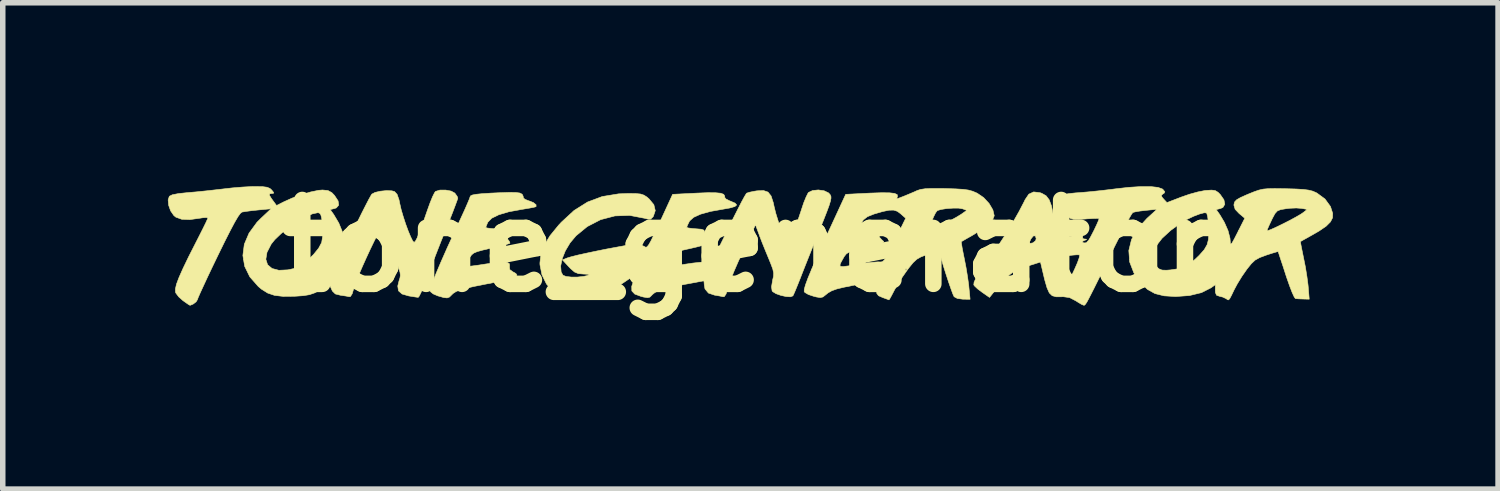
<source format=kicad_pcb>
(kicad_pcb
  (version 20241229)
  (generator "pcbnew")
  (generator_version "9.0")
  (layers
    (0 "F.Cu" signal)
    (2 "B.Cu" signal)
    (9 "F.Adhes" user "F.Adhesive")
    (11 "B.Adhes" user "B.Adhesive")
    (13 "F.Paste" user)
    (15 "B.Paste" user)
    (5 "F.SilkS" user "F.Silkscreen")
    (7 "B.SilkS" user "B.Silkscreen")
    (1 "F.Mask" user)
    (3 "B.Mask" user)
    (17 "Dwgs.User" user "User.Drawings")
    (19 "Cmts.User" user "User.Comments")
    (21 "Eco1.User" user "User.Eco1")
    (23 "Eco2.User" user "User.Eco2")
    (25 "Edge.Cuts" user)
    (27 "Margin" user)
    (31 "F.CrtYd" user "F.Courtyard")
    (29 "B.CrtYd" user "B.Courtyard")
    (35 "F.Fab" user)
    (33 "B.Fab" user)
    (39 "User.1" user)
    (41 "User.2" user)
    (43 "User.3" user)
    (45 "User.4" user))
  (footprint "tone_generator"
    (layer "F.Cu")
    (at 10.57 1.418)
    (property "Reference" "tone_generator" (at 0 0 0) (layer "F.SilkS") (effects (font (size 1.524 1.524) (thickness 0.3))))
    (attr through_hole)
    (fp_poly (pts (xy -4.253 -0.971) (xy -4.175 -0.961) (xy -4.133 -0.939) (xy -4.115 -0.904) (xy -4.112 -0.875) (xy -4.084 -0.848) (xy -4.018 -0.821) (xy -4.01 -0.819) (xy -3.928 -0.787) (xy -3.88 -0.748) (xy -3.88 -0.713) (xy -3.88 -0.713) (xy -3.916 -0.703) (xy -3.998 -0.687) (xy -4.111 -0.668) (xy -4.145 -0.663) (xy -4.376 -0.62) (xy -4.558 -0.566) (xy -4.686 -0.503) (xy -4.755 -0.432) (xy -4.758 -0.427) (xy -4.784 -0.364) (xy -4.794 -0.334) (xy -4.766 -0.325) (xy -4.692 -0.316) (xy -4.628 -0.311) (xy -4.525 -0.3) (xy -4.476 -0.28) (xy -4.47 -0.258) (xy -4.457 -0.206) (xy -4.411 -0.141) (xy -4.409 -0.139) (xy -4.366 -0.083) (xy -4.354 -0.049) (xy -4.355 -0.048) (xy -4.391 -0.035) (xy -4.475 -0.012) (xy -4.594 0.017) (xy -4.702 0.042) (xy -4.849 0.076) (xy -4.947 0.103) (xy -5.01 0.129) (xy -5.051 0.162) (xy -5.084 0.208) (xy -5.102 0.24) (xy -5.142 0.316) (xy -5.161 0.366) (xy -5.161 0.375) (xy -5.127 0.374) (xy -5.043 0.365) (xy -4.923 0.349) (xy -4.802 0.33) (xy -4.617 0.304) (xy -4.486 0.293) (xy -4.405 0.3) (xy -4.365 0.323) (xy -4.361 0.365) (xy -4.364 0.376) (xy -4.358 0.43) (xy -4.303 0.47) (xy -4.247 0.501) (xy -4.227 0.53) (xy -4.249 0.558) (xy -4.316 0.587) (xy -4.434 0.62) (xy -4.605 0.657) (xy -4.81 0.697) (xy -5.011 0.737) (xy -5.159 0.77) (xy -5.264 0.8) (xy -5.337 0.831) (xy -5.389 0.865) (xy -5.414 0.89) (xy -5.455 0.93) (xy -5.497 0.945) (xy -5.559 0.938) (xy -5.661 0.909) (xy -5.667 0.907) (xy -5.749 0.872) (xy -5.798 0.833) (xy -5.803 0.821) (xy -5.795 0.766) (xy -5.758 0.657) (xy -5.696 0.499) (xy -5.609 0.294) (xy -5.499 0.045) (xy -5.367 -0.243) (xy -5.321 -0.341) (xy -5.244 -0.509) (xy -5.176 -0.657) (xy -5.124 -0.776) (xy -5.09 -0.857) (xy -5.08 -0.888) (xy -5.07 -0.909) (xy -5.036 -0.925) (xy -4.969 -0.938) (xy -4.86 -0.949) (xy -4.703 -0.959) (xy -4.55 -0.966) (xy -4.375 -0.972) (xy -4.253 -0.971)) (stroke (width 0.01) (type solid)) (fill yes) (layer "F.SilkS"))
    (fp_poly (pts (xy 3.482 -1.044) (xy 3.566 -1.042) (xy 3.746 -1.036) (xy 3.877 -1.028) (xy 3.973 -1.015) (xy 4.05 -0.994) (xy 4.121 -0.964) (xy 4.136 -0.957) (xy 4.252 -0.878) (xy 4.351 -0.771) (xy 4.42 -0.654) (xy 4.445 -0.548) (xy 4.416 -0.477) (xy 4.334 -0.388) (xy 4.206 -0.29) (xy 4.045 -0.19) (xy 3.949 -0.136) (xy 3.878 -0.095) (xy 3.847 -0.077) (xy 3.847 -0.077) (xy 3.849 -0.045) (xy 3.862 0.036) (xy 3.884 0.15) (xy 3.9 0.227) (xy 3.932 0.391) (xy 3.96 0.563) (xy 3.981 0.713) (xy 3.984 0.747) (xy 4.006 0.97) (xy 3.874 0.968) (xy 3.775 0.955) (xy 3.717 0.924) (xy 3.714 0.92) (xy 3.691 0.869) (xy 3.656 0.773) (xy 3.613 0.65) (xy 3.568 0.512) (xy 3.525 0.377) (xy 3.49 0.259) (xy 3.467 0.174) (xy 3.461 0.14) (xy 3.457 0.111) (xy 3.436 0.099) (xy 3.388 0.106) (xy 3.3 0.133) (xy 3.216 0.161) (xy 3.114 0.199) (xy 3.038 0.242) (xy 2.971 0.304) (xy 2.893 0.4) (xy 2.865 0.438) (xy 2.776 0.565) (xy 2.691 0.697) (xy 2.627 0.81) (xy 2.623 0.818) (xy 2.577 0.906) (xy 2.544 0.965) (xy 2.532 0.98) (xy 2.5 0.968) (xy 2.431 0.943) (xy 2.413 0.936) (xy 2.342 0.905) (xy 2.311 0.864) (xy 2.304 0.79) (xy 2.305 0.763) (xy 2.303 0.68) (xy 2.288 0.646) (xy 2.251 0.644) (xy 2.241 0.647) (xy 2.181 0.66) (xy 2.077 0.68) (xy 1.947 0.705) (xy 1.891 0.715) (xy 1.713 0.751) (xy 1.585 0.782) (xy 1.493 0.815) (xy 1.426 0.853) (xy 1.378 0.892) (xy 1.332 0.928) (xy 1.283 0.939) (xy 1.209 0.927) (xy 1.16 0.914) (xy 1.068 0.883) (xy 1.006 0.847) (xy 0.992 0.831) (xy 0.993 0.789) (xy 1.015 0.709) (xy 1.06 0.586) (xy 1.125 0.429) (xy 2.826 0.429) (xy 2.842 0.445) (xy 2.857 0.429) (xy 2.842 0.413) (xy 2.826 0.429) (xy 1.125 0.429) (xy 1.129 0.419) (xy 1.158 0.351) (xy 1.64 0.351) (xy 1.653 0.372) (xy 1.703 0.375) (xy 1.797 0.363) (xy 1.944 0.338) (xy 1.981 0.331) (xy 2.119 0.31) (xy 2.243 0.296) (xy 2.333 0.29) (xy 2.353 0.291) (xy 2.39 0.292) (xy 2.422 0.28) (xy 2.455 0.246) (xy 2.495 0.183) (xy 2.549 0.08) (xy 2.623 -0.069) (xy 2.639 -0.101) (xy 2.738 -0.303) (xy 3.267 -0.303) (xy 3.273 -0.286) (xy 3.314 -0.299) (xy 3.396 -0.335) (xy 3.503 -0.386) (xy 3.533 -0.401) (xy 3.655 -0.465) (xy 3.767 -0.527) (xy 3.847 -0.576) (xy 3.854 -0.581) (xy 3.946 -0.646) (xy 3.87 -0.674) (xy 3.799 -0.686) (xy 3.693 -0.686) (xy 3.577 -0.678) (xy 3.476 -0.662) (xy 3.411 -0.642) (xy 3.41 -0.641) (xy 3.379 -0.601) (xy 3.343 -0.529) (xy 3.307 -0.443) (xy 3.28 -0.362) (xy 3.267 -0.303) (xy 2.738 -0.303) (xy 2.836 -0.503) (xy 2.743 -0.585) (xy 2.684 -0.629) (xy 2.618 -0.65) (xy 2.534 -0.649) (xy 2.418 -0.625) (xy 2.26 -0.579) (xy 2.14 -0.531) (xy 2.068 -0.474) (xy 2.045 -0.439) (xy 2.014 -0.374) (xy 2 -0.337) (xy 2 -0.337) (xy 2.029 -0.326) (xy 2.102 -0.316) (xy 2.164 -0.311) (xy 2.262 -0.302) (xy 2.312 -0.285) (xy 2.331 -0.251) (xy 2.334 -0.23) (xy 2.363 -0.154) (xy 2.4 -0.113) (xy 2.437 -0.08) (xy 2.427 -0.059) (xy 2.367 -0.032) (xy 2.291 -0.009) (xy 2.175 0.021) (xy 2.042 0.052) (xy 2.018 0.057) (xy 1.891 0.085) (xy 1.811 0.111) (xy 1.759 0.143) (xy 1.721 0.19) (xy 1.689 0.246) (xy 1.654 0.31) (xy 1.64 0.351) (xy 1.158 0.351) (xy 1.222 0.204) (xy 1.342 -0.062) (xy 1.467 -0.333) (xy 1.746 -0.937) (xy 2.181 -0.959) (xy 2.389 -0.966) (xy 2.538 -0.965) (xy 2.634 -0.954) (xy 2.682 -0.932) (xy 2.687 -0.898) (xy 2.681 -0.885) (xy 2.674 -0.858) (xy 2.677 -0.857) (xy 2.715 -0.869) (xy 2.793 -0.899) (xy 2.893 -0.94) (xy 2.997 -0.984) (xy 3.042 -1.005) (xy 3.105 -1.026) (xy 3.192 -1.039) (xy 3.313 -1.044) (xy 3.482 -1.044)) (stroke (width 0.01) (type solid)) (fill yes) (layer "F.SilkS"))
    (fp_poly (pts (xy -8.852 -1.077) (xy -8.768 -1.066) (xy -8.715 -1.044) (xy -8.684 -1.016) (xy -8.647 -0.97) (xy -8.653 -0.954) (xy -8.679 -0.953) (xy -8.72 -0.947) (xy -8.725 -0.921) (xy -8.69 -0.863) (xy -8.663 -0.826) (xy -8.595 -0.734) (xy -8.465 -0.8) (xy -8.312 -0.869) (xy -8.142 -0.931) (xy -7.976 -0.98) (xy -7.833 -1.01) (xy -7.76 -1.016) (xy -7.661 -1.006) (xy -7.591 -0.968) (xy -7.543 -0.918) (xy -7.477 -0.818) (xy -7.466 -0.741) (xy -7.509 -0.691) (xy -7.54 -0.68) (xy -7.62 -0.66) (xy -7.556 -0.57) (xy -7.464 -0.415) (xy -7.397 -0.251) (xy -7.365 -0.102) (xy -7.364 -0.079) (xy -7.361 -0.036) (xy -7.353 -0.018) (xy -7.335 -0.031) (xy -7.304 -0.08) (xy -7.256 -0.171) (xy -7.187 -0.309) (xy -7.129 -0.429) (xy -7.05 -0.59) (xy -6.978 -0.732) (xy -6.919 -0.846) (xy -6.878 -0.919) (xy -6.864 -0.941) (xy -6.805 -0.972) (xy -6.708 -0.994) (xy -6.598 -1.005) (xy -6.501 -1.001) (xy -6.452 -0.988) (xy -6.405 -0.937) (xy -6.37 -0.837) (xy -6.356 -0.768) (xy -6.332 -0.663) (xy -6.295 -0.537) (xy -6.251 -0.402) (xy -6.204 -0.274) (xy -6.159 -0.166) (xy -6.122 -0.091) (xy -6.097 -0.064) (xy -6.073 -0.085) (xy -6.038 -0.15) (xy -5.991 -0.265) (xy -5.929 -0.433) (xy -5.854 -0.649) (xy -5.806 -0.782) (xy -5.761 -0.893) (xy -5.724 -0.967) (xy -5.707 -0.99) (xy -5.628 -1.014) (xy -5.524 -1.015) (xy -5.423 -0.996) (xy -5.355 -0.959) (xy -5.355 -0.958) (xy -5.314 -0.901) (xy -5.302 -0.868) (xy -5.314 -0.829) (xy -5.346 -0.742) (xy -5.394 -0.615) (xy -5.455 -0.46) (xy -5.526 -0.284) (xy -5.526 -0.283) (xy -5.609 -0.078) (xy -5.692 0.134) (xy -5.771 0.336) (xy -5.837 0.509) (xy -5.872 0.603) (xy -5.923 0.736) (xy -5.969 0.844) (xy -6.004 0.914) (xy -6.021 0.935) (xy -6.067 0.929) (xy -6.15 0.916) (xy -6.193 0.909) (xy -6.315 0.874) (xy -6.38 0.816) (xy -6.393 0.729) (xy -6.37 0.636) (xy -6.353 0.583) (xy -6.346 0.536) (xy -6.352 0.481) (xy -6.374 0.408) (xy -6.413 0.304) (xy -6.474 0.156) (xy -6.496 0.104) (xy -6.558 -0.048) (xy -6.611 -0.181) (xy -6.649 -0.283) (xy -6.667 -0.342) (xy -6.669 -0.349) (xy -6.681 -0.345) (xy -6.715 -0.292) (xy -6.764 -0.2) (xy -6.825 -0.079) (xy -6.893 0.062) (xy -6.963 0.213) (xy -7.031 0.364) (xy -7.093 0.506) (xy -7.143 0.629) (xy -7.178 0.723) (xy -7.189 0.762) (xy -7.221 0.87) (xy -7.253 0.92) (xy -7.275 0.923) (xy -7.334 0.911) (xy -7.423 0.898) (xy -7.436 0.896) (xy -7.527 0.873) (xy -7.58 0.821) (xy -7.592 0.796) (xy -7.63 0.71) (xy -7.808 0.806) (xy -7.907 0.855) (xy -7.998 0.886) (xy -8.105 0.904) (xy -8.249 0.914) (xy -8.275 0.915) (xy -8.476 0.917) (xy -8.631 0.899) (xy -8.756 0.857) (xy -8.869 0.786) (xy -8.928 0.736) (xy -9.081 0.562) (xy -9.174 0.372) (xy -9.196 0.243) (xy -8.79 0.243) (xy -8.758 0.342) (xy -8.678 0.41) (xy -8.553 0.443) (xy -8.389 0.435) (xy -8.274 0.41) (xy -8.163 0.358) (xy -8.041 0.268) (xy -7.924 0.157) (xy -7.83 0.041) (xy -7.775 -0.063) (xy -7.775 -0.065) (xy -7.755 -0.189) (xy -7.757 -0.35) (xy -7.761 -0.394) (xy -7.776 -0.507) (xy -7.793 -0.571) (xy -7.818 -0.598) (xy -7.847 -0.603) (xy -7.945 -0.582) (xy -8.074 -0.524) (xy -8.22 -0.44) (xy -8.37 -0.337) (xy -8.51 -0.226) (xy -8.626 -0.115) (xy -8.692 -0.033) (xy -8.769 0.116) (xy -8.79 0.243) (xy -9.196 0.243) (xy -9.207 0.173) (xy -9.181 -0.03) (xy -9.095 -0.232) (xy -8.951 -0.429) (xy -8.876 -0.504) (xy -8.694 -0.675) (xy -8.927 -0.653) (xy -9.051 -0.64) (xy -9.156 -0.626) (xy -9.221 -0.615) (xy -9.223 -0.615) (xy -9.253 -0.591) (xy -9.297 -0.53) (xy -9.358 -0.426) (xy -9.437 -0.277) (xy -9.538 -0.078) (xy -9.66 0.171) (xy -9.759 0.376) (xy -9.848 0.563) (xy -9.923 0.725) (xy -9.982 0.853) (xy -10.02 0.94) (xy -10.033 0.977) (xy -10.033 0.977) (xy -10.057 1.016) (xy -10.111 1.057) (xy -10.164 1.079) (xy -10.169 1.079) (xy -10.199 1.062) (xy -10.262 1.018) (xy -10.298 0.992) (xy -10.373 0.925) (xy -10.423 0.859) (xy -10.432 0.839) (xy -10.433 0.782) (xy -10.413 0.694) (xy -10.367 0.572) (xy -10.295 0.41) (xy -10.195 0.202) (xy -10.078 -0.028) (xy -9.999 -0.183) (xy -9.931 -0.318) (xy -9.879 -0.424) (xy -9.849 -0.491) (xy -9.842 -0.507) (xy -9.87 -0.516) (xy -9.94 -0.511) (xy -9.977 -0.505) (xy -10.172 -0.478) (xy -10.318 -0.484) (xy -10.424 -0.522) (xy -10.461 -0.552) (xy -10.52 -0.637) (xy -10.556 -0.739) (xy -10.565 -0.836) (xy -10.543 -0.902) (xy -10.489 -0.929) (xy -10.377 -0.951) (xy -10.214 -0.968) (xy -10.05 -0.982) (xy -9.854 -1.002) (xy -9.659 -1.024) (xy -9.573 -1.034) (xy -9.398 -1.054) (xy -9.216 -1.069) (xy -9.055 -1.078) (xy -8.982 -1.079) (xy -8.852 -1.077)) (stroke (width 0.01) (type solid)) (fill yes) (layer "F.SilkS"))
    (fp_poly (pts (xy 1.353 -1.002) (xy 1.433 -0.964) (xy 1.443 -0.954) (xy 1.464 -0.93) (xy 1.477 -0.903) (xy 1.479 -0.868) (xy 1.469 -0.815) (xy 1.445 -0.736) (xy 1.404 -0.625) (xy 1.345 -0.474) (xy 1.264 -0.273) (xy 1.235 -0.203) (xy 1.158 -0.011) (xy 1.078 0.189) (xy 1.003 0.377) (xy 0.942 0.532) (xy 0.927 0.572) (xy 0.875 0.702) (xy 0.83 0.812) (xy 0.798 0.886) (xy 0.786 0.908) (xy 0.743 0.925) (xy 0.663 0.92) (xy 0.568 0.899) (xy 0.48 0.868) (xy 0.42 0.831) (xy 0.409 0.818) (xy 0.398 0.744) (xy 0.417 0.63) (xy 0.417 0.626) (xy 0.434 0.554) (xy 0.436 0.491) (xy 0.421 0.419) (xy 0.384 0.321) (xy 0.349 0.235) (xy 0.289 0.09) (xy 0.228 -0.061) (xy 0.179 -0.188) (xy 0.175 -0.2) (xy 0.107 -0.384) (xy -0.125 0.107) (xy -0.206 0.283) (xy -0.28 0.453) (xy -0.34 0.603) (xy -0.382 0.718) (xy -0.397 0.768) (xy -0.428 0.874) (xy -0.46 0.921) (xy -0.48 0.924) (xy -0.54 0.911) (xy -0.628 0.896) (xy -0.635 0.895) (xy -0.748 0.857) (xy -0.811 0.781) (xy -0.824 0.706) (xy -0.828 0.651) (xy -0.834 0.635) (xy -0.866 0.641) (xy -0.948 0.656) (xy -1.065 0.678) (xy -1.174 0.698) (xy -1.381 0.74) (xy -1.535 0.776) (xy -1.644 0.81) (xy -1.719 0.846) (xy -1.768 0.885) (xy -1.777 0.896) (xy -1.813 0.931) (xy -1.856 0.941) (xy -1.928 0.929) (xy -1.977 0.916) (xy -2.087 0.875) (xy -2.14 0.818) (xy -2.142 0.735) (xy -2.113 0.649) (xy -2.082 0.573) (xy -2.065 0.526) (xy -2.064 0.521) (xy -2.088 0.533) (xy -2.151 0.573) (xy -2.241 0.634) (xy -2.266 0.651) (xy -2.454 0.776) (xy -2.612 0.862) (xy -2.758 0.915) (xy -2.906 0.943) (xy -3.075 0.95) (xy -3.08 0.95) (xy -3.215 0.946) (xy -3.334 0.935) (xy -3.416 0.921) (xy -3.429 0.917) (xy -3.573 0.827) (xy -3.691 0.692) (xy -3.773 0.525) (xy -3.809 0.343) (xy -3.81 0.309) (xy -3.791 0.148) (xy -3.731 -0.015) (xy -3.625 -0.187) (xy -3.469 -0.378) (xy -3.421 -0.43) (xy -3.19 -0.643) (xy -2.945 -0.797) (xy -2.678 -0.897) (xy -2.379 -0.946) (xy -2.201 -0.953) (xy -2.069 -0.951) (xy -1.982 -0.943) (xy -1.921 -0.923) (xy -1.866 -0.888) (xy -1.827 -0.854) (xy -1.74 -0.749) (xy -1.714 -0.641) (xy -1.749 -0.537) (xy -1.757 -0.526) (xy -1.795 -0.489) (xy -1.848 -0.486) (xy -1.908 -0.502) (xy -2.178 -0.554) (xy -2.447 -0.545) (xy -2.707 -0.477) (xy -2.949 -0.352) (xy -3.154 -0.184) (xy -3.263 -0.054) (xy -3.348 0.089) (xy -3.406 0.234) (xy -3.433 0.366) (xy -3.424 0.475) (xy -3.391 0.533) (xy -3.336 0.555) (xy -3.241 0.566) (xy -3.127 0.566) (xy -3.016 0.554) (xy -2.953 0.54) (xy -2.915 0.524) (xy -2.928 0.516) (xy -2.997 0.512) (xy -3.019 0.511) (xy -3.113 0.503) (xy -3.182 0.474) (xy -3.253 0.412) (xy -3.283 0.381) (xy -3.4 0.254) (xy -3.311 0.218) (xy -3.241 0.197) (xy -3.122 0.167) (xy -2.968 0.133) (xy -2.793 0.096) (xy -2.61 0.059) (xy -2.433 0.026) (xy -2.275 -0.003) (xy -2.15 -0.022) (xy -2.072 -0.031) (xy -2.066 -0.031) (xy -1.977 -0.019) (xy -1.909 0.012) (xy -1.907 0.014) (xy -1.887 0.025) (xy -1.864 0.017) (xy -1.835 -0.018) (xy -1.795 -0.087) (xy -1.741 -0.197) (xy -1.667 -0.355) (xy -1.628 -0.439) (xy -1.399 -0.937) (xy -0.962 -0.959) (xy -0.763 -0.967) (xy -0.619 -0.966) (xy -0.524 -0.957) (xy -0.471 -0.937) (xy -0.452 -0.905) (xy -0.453 -0.883) (xy -0.431 -0.854) (xy -0.368 -0.821) (xy -0.352 -0.815) (xy -0.263 -0.777) (xy -0.235 -0.744) (xy -0.269 -0.715) (xy -0.365 -0.688) (xy -0.467 -0.67) (xy -0.709 -0.627) (xy -0.89 -0.577) (xy -1.016 -0.52) (xy -1.089 -0.455) (xy -1.098 -0.439) (xy -1.13 -0.374) (xy -1.143 -0.337) (xy -1.143 -0.337) (xy -1.114 -0.326) (xy -1.041 -0.316) (xy -0.976 -0.311) (xy -0.879 -0.303) (xy -0.831 -0.287) (xy -0.818 -0.258) (xy -0.82 -0.24) (xy -0.803 -0.174) (xy -0.757 -0.123) (xy -0.683 -0.068) (xy -0.777 -0.032) (xy -0.853 -0.009) (xy -0.968 0.021) (xy -1.101 0.052) (xy -1.125 0.057) (xy -1.252 0.086) (xy -1.333 0.112) (xy -1.384 0.144) (xy -1.423 0.191) (xy -1.45 0.237) (xy -1.49 0.315) (xy -1.509 0.366) (xy -1.508 0.375) (xy -1.474 0.375) (xy -1.391 0.366) (xy -1.273 0.349) (xy -1.174 0.333) (xy -1.03 0.312) (xy -0.901 0.298) (xy -0.806 0.293) (xy -0.771 0.295) (xy -0.744 0.297) (xy -0.717 0.288) (xy -0.689 0.262) (xy -0.653 0.21) (xy -0.606 0.126) (xy -0.544 0.003) (xy -0.461 -0.165) (xy -0.389 -0.313) (xy -0.3 -0.497) (xy -0.217 -0.661) (xy -0.147 -0.798) (xy -0.093 -0.897) (xy -0.06 -0.951) (xy -0.054 -0.958) (xy -0.003 -0.975) (xy 0.085 -0.993) (xy 0.135 -1.001) (xy 0.252 -1.006) (xy 0.334 -0.978) (xy 0.39 -0.908) (xy 0.43 -0.786) (xy 0.444 -0.72) (xy 0.475 -0.593) (xy 0.523 -0.439) (xy 0.579 -0.289) (xy 0.586 -0.27) (xy 0.692 -0.016) (xy 0.775 -0.204) (xy 0.826 -0.328) (xy 0.883 -0.482) (xy 0.935 -0.637) (xy 0.942 -0.659) (xy 0.984 -0.785) (xy 1.027 -0.89) (xy 1.061 -0.958) (xy 1.07 -0.971) (xy 1.144 -1.006) (xy 1.247 -1.017) (xy 1.353 -1.002)) (stroke (width 0.01) (type solid)) (fill yes) (layer "F.SilkS"))
    (fp_poly (pts (xy 7.287 -1.078) (xy 7.421 -1.063) (xy 7.501 -1.034) (xy 7.509 -1.027) (xy 7.544 -0.984) (xy 7.532 -0.958) (xy 7.512 -0.946) (xy 7.481 -0.92) (xy 7.493 -0.886) (xy 7.522 -0.852) (xy 7.583 -0.787) (xy 7.848 -0.889) (xy 7.993 -0.939) (xy 8.142 -0.98) (xy 8.267 -1.005) (xy 8.29 -1.008) (xy 8.395 -1.014) (xy 8.461 -1.005) (xy 8.511 -0.974) (xy 8.552 -0.933) (xy 8.618 -0.838) (xy 8.634 -0.757) (xy 8.6 -0.699) (xy 8.557 -0.68) (xy 8.478 -0.66) (xy 8.542 -0.57) (xy 8.626 -0.429) (xy 8.692 -0.279) (xy 8.728 -0.141) (xy 8.732 -0.095) (xy 8.735 -0.047) (xy 8.745 -0.032) (xy 8.767 -0.056) (xy 8.806 -0.126) (xy 8.866 -0.243) (xy 8.883 -0.277) (xy 9.4 -0.277) (xy 9.425 -0.28) (xy 9.492 -0.307) (xy 9.589 -0.351) (xy 9.703 -0.407) (xy 9.821 -0.467) (xy 9.929 -0.526) (xy 10.015 -0.576) (xy 10.059 -0.606) (xy 10.132 -0.663) (xy 10.027 -0.682) (xy 9.934 -0.689) (xy 9.814 -0.684) (xy 9.747 -0.676) (xy 9.65 -0.66) (xy 9.59 -0.636) (xy 9.546 -0.588) (xy 9.5 -0.503) (xy 9.487 -0.476) (xy 9.442 -0.38) (xy 9.41 -0.307) (xy 9.4 -0.277) (xy 8.883 -0.277) (xy 8.997 -0.503) (xy 8.894 -0.589) (xy 8.822 -0.665) (xy 8.8 -0.737) (xy 8.801 -0.757) (xy 8.814 -0.801) (xy 8.85 -0.839) (xy 8.92 -0.879) (xy 9.036 -0.931) (xy 9.065 -0.943) (xy 9.169 -0.985) (xy 9.253 -1.014) (xy 9.332 -1.032) (xy 9.422 -1.04) (xy 9.54 -1.042) (xy 9.702 -1.04) (xy 9.747 -1.039) (xy 9.929 -1.034) (xy 10.06 -1.026) (xy 10.155 -1.014) (xy 10.228 -0.996) (xy 10.291 -0.969) (xy 10.308 -0.96) (xy 10.454 -0.853) (xy 10.554 -0.716) (xy 10.594 -0.592) (xy 10.592 -0.512) (xy 10.554 -0.437) (xy 10.475 -0.358) (xy 10.346 -0.27) (xy 10.223 -0.199) (xy 10.123 -0.143) (xy 10.047 -0.101) (xy 10.011 -0.08) (xy 10.009 -0.079) (xy 10.012 -0.049) (xy 10.027 0.031) (xy 10.05 0.144) (xy 10.065 0.218) (xy 10.098 0.382) (xy 10.126 0.556) (xy 10.146 0.708) (xy 10.149 0.739) (xy 10.168 0.968) (xy 10.061 0.965) (xy 9.976 0.962) (xy 9.919 0.957) (xy 9.917 0.957) (xy 9.895 0.927) (xy 9.858 0.847) (xy 9.812 0.728) (xy 9.761 0.583) (xy 9.744 0.532) (xy 9.695 0.379) (xy 9.652 0.251) (xy 9.621 0.156) (xy 9.605 0.108) (xy 9.604 0.103) (xy 9.574 0.109) (xy 9.5 0.131) (xy 9.397 0.164) (xy 9.386 0.168) (xy 9.268 0.212) (xy 9.185 0.258) (xy 9.115 0.324) (xy 9.033 0.426) (xy 9.032 0.428) (xy 8.945 0.553) (xy 8.861 0.69) (xy 8.806 0.793) (xy 8.755 0.899) (xy 8.723 0.959) (xy 8.701 0.981) (xy 8.682 0.977) (xy 8.661 0.96) (xy 8.598 0.93) (xy 8.541 0.916) (xy 8.484 0.896) (xy 8.463 0.846) (xy 8.461 0.805) (xy 8.462 0.705) (xy 8.382 0.762) (xy 8.21 0.849) (xy 7.992 0.902) (xy 7.738 0.92) (xy 7.529 0.907) (xy 7.365 0.866) (xy 7.23 0.791) (xy 7.12 0.687) (xy 6.981 0.489) (xy 6.904 0.288) (xy 6.902 0.25) (xy 7.309 0.25) (xy 7.341 0.322) (xy 7.385 0.371) (xy 7.438 0.417) (xy 7.493 0.439) (xy 7.572 0.442) (xy 7.649 0.436) (xy 7.77 0.418) (xy 7.879 0.39) (xy 7.928 0.37) (xy 8.001 0.321) (xy 8.095 0.243) (xy 8.169 0.172) (xy 8.261 0.068) (xy 8.313 -0.023) (xy 8.336 -0.114) (xy 8.343 -0.206) (xy 8.342 -0.32) (xy 8.335 -0.436) (xy 8.322 -0.534) (xy 8.306 -0.592) (xy 8.302 -0.599) (xy 8.259 -0.602) (xy 8.176 -0.58) (xy 8.07 -0.54) (xy 7.956 -0.486) (xy 7.853 -0.427) (xy 7.652 -0.283) (xy 7.494 -0.138) (xy 7.386 0.001) (xy 7.362 0.048) (xy 7.316 0.165) (xy 7.309 0.25) (xy 6.902 0.25) (xy 6.89 0.085) (xy 6.939 -0.116) (xy 7.05 -0.313) (xy 7.22 -0.5) (xy 7.402 -0.666) (xy 7.202 -0.646) (xy 7.09 -0.633) (xy 7.002 -0.618) (xy 6.962 -0.606) (xy 6.938 -0.573) (xy 6.89 -0.49) (xy 6.823 -0.366) (xy 6.742 -0.208) (xy 6.649 -0.024) (xy 6.558 0.16) (xy 6.434 0.413) (xy 6.335 0.615) (xy 6.257 0.772) (xy 6.198 0.888) (xy 6.155 0.971) (xy 6.125 1.026) (xy 6.103 1.058) (xy 6.089 1.074) (xy 6.078 1.079) (xy 6.073 1.079) (xy 6.033 1.063) (xy 5.963 1.021) (xy 5.927 0.998) (xy 5.814 0.939) (xy 5.699 0.923) (xy 5.673 0.924) (xy 5.571 0.925) (xy 5.498 0.905) (xy 5.445 0.854) (xy 5.404 0.762) (xy 5.363 0.621) (xy 5.353 0.58) (xy 5.285 0.293) (xy 5.032 0.372) (xy 4.901 0.418) (xy 4.796 0.47) (xy 4.702 0.539) (xy 4.605 0.635) (xy 4.491 0.77) (xy 4.458 0.812) (xy 4.359 0.936) (xy 4.224 0.842) (xy 4.143 0.781) (xy 4.087 0.728) (xy 4.073 0.708) (xy 4.079 0.657) (xy 4.122 0.568) (xy 4.204 0.437) (xy 4.326 0.262) (xy 4.377 0.193) (xy 5.696 0.193) (xy 5.792 0.663) (xy 5.907 0.419) (xy 5.956 0.307) (xy 5.987 0.22) (xy 5.997 0.17) (xy 5.993 0.163) (xy 5.947 0.161) (xy 5.864 0.168) (xy 5.83 0.172) (xy 5.696 0.193) (xy 4.377 0.193) (xy 4.414 0.143) (xy 4.529 -0.021) (xy 4.558 -0.067) (xy 5.084 -0.067) (xy 5.095 -0.046) (xy 5.144 -0.054) (xy 5.195 -0.093) (xy 5.207 -0.131) (xy 5.192 -0.182) (xy 5.155 -0.181) (xy 5.113 -0.129) (xy 5.084 -0.067) (xy 4.558 -0.067) (xy 4.656 -0.217) (xy 4.782 -0.425) (xy 4.896 -0.626) (xy 4.987 -0.801) (xy 5.006 -0.841) (xy 5.073 -0.94) (xy 5.161 -0.981) (xy 5.277 -0.967) (xy 5.31 -0.955) (xy 5.387 -0.911) (xy 5.443 -0.838) (xy 5.485 -0.726) (xy 5.517 -0.563) (xy 5.524 -0.514) (xy 5.545 -0.359) (xy 5.564 -0.257) (xy 5.591 -0.198) (xy 5.634 -0.171) (xy 5.703 -0.167) (xy 5.807 -0.176) (xy 5.835 -0.178) (xy 5.961 -0.187) (xy 6.032 -0.185) (xy 6.054 -0.172) (xy 6.051 -0.164) (xy 6.055 -0.132) (xy 6.086 -0.125) (xy 6.124 -0.121) (xy 6.104 -0.107) (xy 6.082 -0.099) (xy 6.041 -0.078) (xy 6.058 -0.061) (xy 6.074 -0.054) (xy 6.117 -0.057) (xy 6.163 -0.107) (xy 6.198 -0.168) (xy 6.256 -0.28) (xy 6.305 -0.383) (xy 6.339 -0.461) (xy 6.35 -0.497) (xy 6.321 -0.5) (xy 6.244 -0.498) (xy 6.134 -0.492) (xy 6.104 -0.489) (xy 5.975 -0.481) (xy 5.891 -0.483) (xy 5.834 -0.498) (xy 5.784 -0.528) (xy 5.773 -0.537) (xy 5.696 -0.624) (xy 5.647 -0.729) (xy 5.634 -0.831) (xy 5.649 -0.884) (xy 5.674 -0.914) (xy 5.719 -0.935) (xy 5.797 -0.95) (xy 5.92 -0.963) (xy 5.992 -0.968) (xy 6.17 -0.983) (xy 6.375 -1.004) (xy 6.572 -1.027) (xy 6.633 -1.035) (xy 6.887 -1.064) (xy 7.107 -1.078) (xy 7.287 -1.078)) (stroke (width 0.01) (type solid)) (fill yes) (layer "F.SilkS")))
  (gr_rect
    (start -3 -3)
    (end 24.169 5.836)
    (stroke (width 0.1) (type default))
    (fill no)
    (layer "Edge.Cuts")))
</source>
